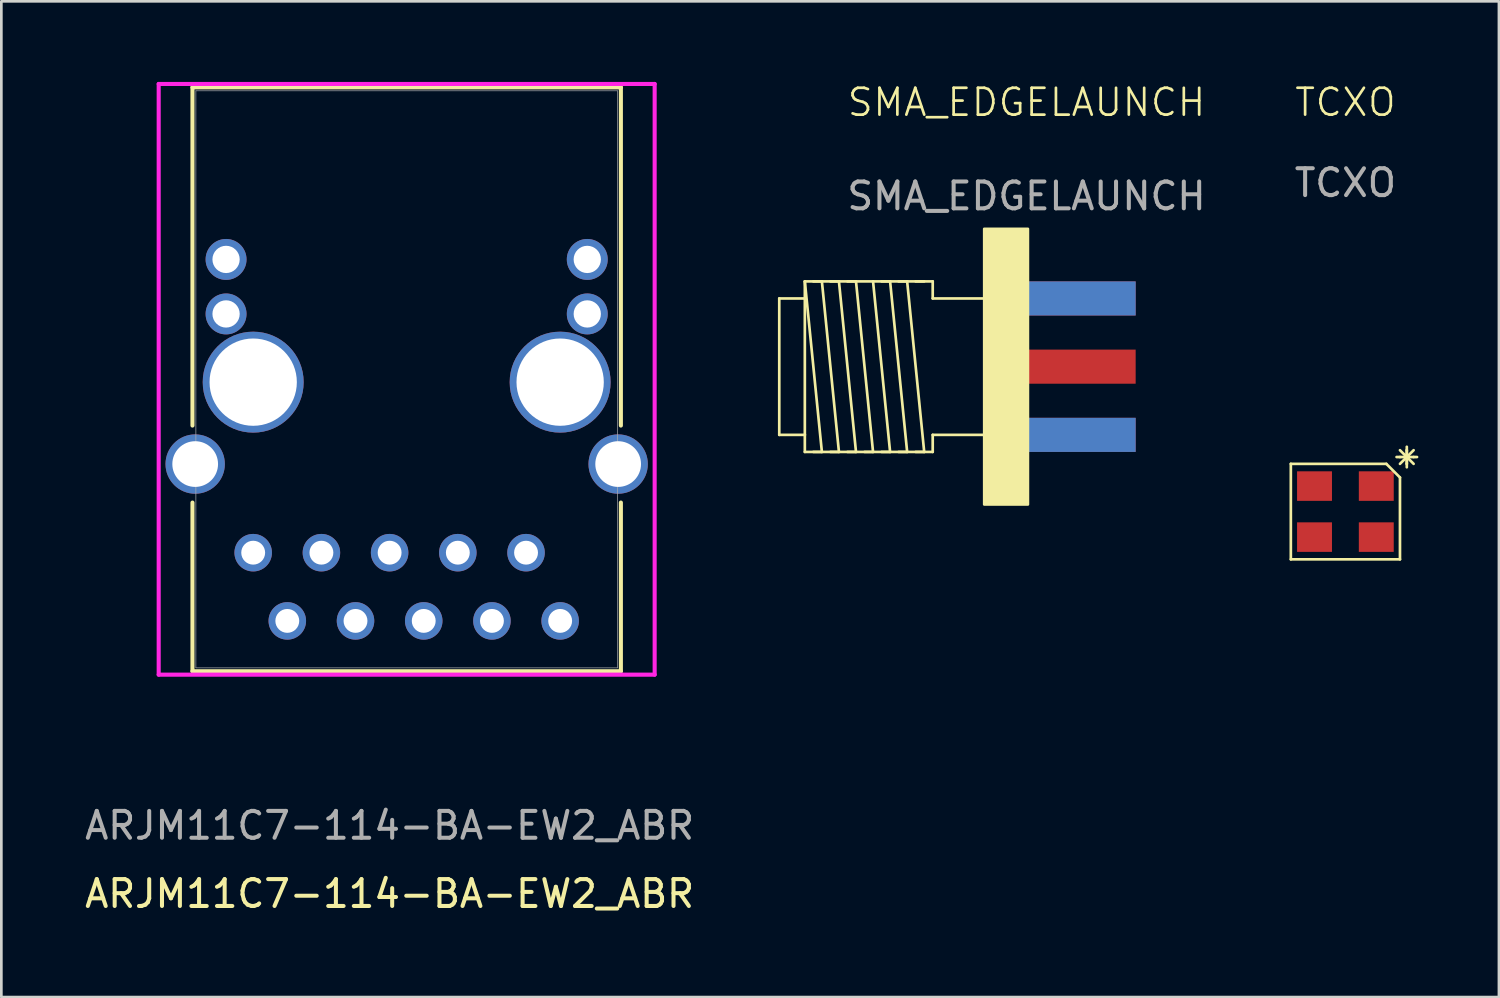
<source format=kicad_pcb>
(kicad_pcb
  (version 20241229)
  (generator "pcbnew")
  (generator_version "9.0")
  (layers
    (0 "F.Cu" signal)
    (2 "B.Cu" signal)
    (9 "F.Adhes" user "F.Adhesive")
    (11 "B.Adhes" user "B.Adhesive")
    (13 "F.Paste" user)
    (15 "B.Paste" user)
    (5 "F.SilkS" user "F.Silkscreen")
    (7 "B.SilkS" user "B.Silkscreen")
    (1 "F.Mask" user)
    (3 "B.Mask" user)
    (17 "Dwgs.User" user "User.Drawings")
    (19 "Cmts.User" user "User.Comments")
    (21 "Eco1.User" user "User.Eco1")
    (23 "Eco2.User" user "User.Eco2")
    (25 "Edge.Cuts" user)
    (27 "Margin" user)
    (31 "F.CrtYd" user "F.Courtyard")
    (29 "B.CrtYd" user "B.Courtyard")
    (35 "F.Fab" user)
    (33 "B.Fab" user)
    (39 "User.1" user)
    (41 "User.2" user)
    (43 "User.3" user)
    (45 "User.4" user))
  (footprint "SMA_EDGELAUNCH"
    (layer "F.Cu")
    (at 35.174 10.603)
    (property "Reference" "SMA_EDGELAUNCH" (at 0 -9.842 0) (unlocked yes) (layer "F.SilkS") (effects (font (size 1 1) (thickness 0.1))))
    (attr smd)
    (fp_line (start -9.207 -2.54) (end -9.207 2.54) (stroke (width 0.1) (type solid)) (layer "F.SilkS"))
    (fp_line (start -8.255 -2.54) (end -9.207 -2.54) (stroke (width 0.1) (type solid)) (layer "F.SilkS"))
    (fp_line (start -8.255 -2.54) (end -8.255 -3.175) (stroke (width 0.1) (type solid)) (layer "F.SilkS"))
    (fp_line (start -8.255 2.54) (end -9.207 2.54) (stroke (width 0.1) (type solid)) (layer "F.SilkS"))
    (fp_line (start -8.255 2.54) (end -8.255 -2.54) (stroke (width 0.1) (type solid)) (layer "F.SilkS"))
    (fp_line (start -8.255 2.54) (end -8.255 3.175) (stroke (width 0.1) (type solid)) (layer "F.SilkS"))
    (fp_line (start -8.255 3.175) (end -3.493 3.175) (stroke (width 0.1) (type solid)) (layer "F.SilkS"))
    (fp_line (start -7.938 -3.175) (end -7.62 -3.175) (stroke (width 0.1) (type solid)) (layer "F.SilkS"))
    (fp_line (start -7.938 3.175) (end -7.62 3.175) (stroke (width 0.1) (type solid)) (layer "F.SilkS"))
    (fp_line (start -7.62 3.175) (end -8.255 -3.175) (stroke (width 0.1) (type solid)) (layer "F.SilkS"))
    (fp_line (start -7.303 -3.175) (end -6.985 -3.175) (stroke (width 0.1) (type solid)) (layer "F.SilkS"))
    (fp_line (start -7.303 3.175) (end -6.985 3.175) (stroke (width 0.1) (type solid)) (layer "F.SilkS"))
    (fp_line (start -6.985 3.175) (end -7.62 -3.175) (stroke (width 0.1) (type solid)) (layer "F.SilkS"))
    (fp_line (start -6.668 -3.175) (end -6.35 -3.175) (stroke (width 0.1) (type solid)) (layer "F.SilkS"))
    (fp_line (start -6.668 3.175) (end -6.35 3.175) (stroke (width 0.1) (type solid)) (layer "F.SilkS"))
    (fp_line (start -6.35 3.175) (end -6.985 -3.175) (stroke (width 0.1) (type solid)) (layer "F.SilkS"))
    (fp_line (start -6.032 3.175) (end -5.715 3.175) (stroke (width 0.1) (type solid)) (layer "F.SilkS"))
    (fp_line (start -5.715 3.175) (end -6.35 -3.175) (stroke (width 0.1) (type solid)) (layer "F.SilkS"))
    (fp_line (start -5.397 -3.175) (end -5.08 -3.175) (stroke (width 0.1) (type solid)) (layer "F.SilkS"))
    (fp_line (start -5.397 3.175) (end -5.08 3.175) (stroke (width 0.1) (type solid)) (layer "F.SilkS"))
    (fp_line (start -5.08 3.175) (end -5.715 -3.175) (stroke (width 0.1) (type solid)) (layer "F.SilkS"))
    (fp_line (start -4.763 -3.175) (end -4.445 -3.175) (stroke (width 0.1) (type solid)) (layer "F.SilkS"))
    (fp_line (start -4.763 3.175) (end -4.445 3.175) (stroke (width 0.1) (type solid)) (layer "F.SilkS"))
    (fp_line (start -4.445 3.175) (end -5.08 -3.175) (stroke (width 0.1) (type solid)) (layer "F.SilkS"))
    (fp_line (start -4.128 -3.175) (end -3.81 -3.175) (stroke (width 0.1) (type solid)) (layer "F.SilkS"))
    (fp_line (start -4.128 3.175) (end -3.81 3.175) (stroke (width 0.1) (type solid)) (layer "F.SilkS"))
    (fp_line (start -3.81 3.175) (end -4.445 -3.175) (stroke (width 0.1) (type solid)) (layer "F.SilkS"))
    (fp_line (start -3.493 -3.175) (end -8.255 -3.175) (stroke (width 0.1) (type solid)) (layer "F.SilkS"))
    (fp_line (start -3.493 -2.54) (end -3.493 -3.175) (stroke (width 0.1) (type solid)) (layer "F.SilkS"))
    (fp_line (start -3.493 2.54) (end -3.493 3.175) (stroke (width 0.1) (type solid)) (layer "F.SilkS"))
    (fp_line (start -1.587 -2.54) (end -3.493 -2.54) (stroke (width 0.1) (type solid)) (layer "F.SilkS"))
    (fp_line (start -1.587 2.54) (end -3.493 2.54) (stroke (width 0.1) (type solid)) (layer "F.SilkS"))
    (fp_rect (start -1.575 -5.131) (end 0.051 5.131) (stroke (width 0.1) (type solid)) (fill yes) (layer "F.SilkS"))
    (fp_text user "${REFERENCE}" (at 0 -6.35 0) (unlocked yes) (layer "F.Fab") (effects (font (size 1 1) (thickness 0.15))))
    (pad "1" smd rect (at 2.032 0 90) (size 1.27 4.064) (layers "F.Cu" "F.Mask" "F.Paste"))
    (pad "2" smd rect (at 2.032 2.54 90) (size 1.27 4.064) (layers "F.Cu" "F.Mask" "F.Paste"))
    (pad "3" smd rect (at 2.032 -2.54 90) (size 1.27 4.064) (layers "F.Cu" "F.Mask" "F.Paste"))
    (pad "4" smd rect (at 2.032 -2.54 270) (size 1.27 4.064) (layers "B.Cu" "B.Mask" "B.Paste"))
    (pad "5" smd rect (at 2.032 2.54 270) (size 1.27 4.064) (layers "B.Cu" "B.Mask" "B.Paste")))
  (footprint "TCXO"
    (layer "F.Cu")
    (at 47.048 16)
    (property "Reference" "TCXO" (at 0 -15.24 0) (unlocked yes) (layer "F.SilkS") (effects (font (size 1 1) (thickness 0.1))))
    (attr smd)
    (fp_line (start -2.032 -1.778) (end -2.032 1.778) (stroke (width 0.1) (type default)) (layer "F.SilkS"))
    (fp_line (start -2.032 1.778) (end 2.032 1.778) (stroke (width 0.1) (type default)) (layer "F.SilkS"))
    (fp_line (start 1.524 -1.778) (end -2.032 -1.778) (stroke (width 0.1) (type default)) (layer "F.SilkS"))
    (fp_line (start 2.032 -2.286) (end 2.54 -1.778) (stroke (width 0.1) (type default)) (layer "F.SilkS"))
    (fp_line (start 2.032 -2.032) (end 1.905 -2.032) (stroke (width 0.1) (type default)) (layer "F.SilkS"))
    (fp_line (start 2.032 -2.032) (end 2.286 -2.032) (stroke (width 0.1) (type default)) (layer "F.SilkS"))
    (fp_line (start 2.032 -1.27) (end 1.524 -1.778) (stroke (width 0.1) (type default)) (layer "F.SilkS"))
    (fp_line (start 2.032 1.778) (end 2.032 -1.27) (stroke (width 0.1) (type default)) (layer "F.SilkS"))
    (fp_line (start 2.286 -2.286) (end 2.286 -2.413) (stroke (width 0.1) (type default)) (layer "F.SilkS"))
    (fp_line (start 2.286 -2.286) (end 2.286 -1.778) (stroke (width 0.1) (type default)) (layer "F.SilkS"))
    (fp_line (start 2.286 -1.778) (end 2.286 -2.286) (stroke (width 0.1) (type default)) (layer "F.SilkS"))
    (fp_line (start 2.286 -1.651) (end 2.286 -1.778) (stroke (width 0.1) (type default)) (layer "F.SilkS"))
    (fp_line (start 2.54 -2.286) (end 2.032 -1.778) (stroke (width 0.1) (type default)) (layer "F.SilkS"))
    (fp_line (start 2.54 -2.032) (end 2.286 -2.032) (stroke (width 0.1) (type default)) (layer "F.SilkS"))
    (fp_line (start 2.54 -2.032) (end 2.667 -2.032) (stroke (width 0.1) (type default)) (layer "F.SilkS"))
    (fp_text user "${REFERENCE}" (at 0 -12.24 0) (unlocked yes) (layer "F.Fab") (effects (font (size 1 1) (thickness 0.15))))
    (pad "1" smd rect (at 1.15 -0.95 270) (size 1.1 1.3) (layers "F.Cu" "F.Mask" "F.Paste"))
    (pad "2" smd rect (at -1.15 -0.95 270) (size 1.1 1.3) (layers "F.Cu" "F.Mask" "F.Paste"))
    (pad "3" smd rect (at -1.15 0.95 270) (size 1.1 1.3) (layers "F.Cu" "F.Mask" "F.Paste"))
    (pad "4" smd rect (at 1.15 0.95 270) (size 1.1 1.3) (layers "F.Cu" "F.Mask" "F.Paste")))
  (footprint "ARJM11C7-114-BA-EW2_ABR"
    (layer "F.Cu")
    (at 6.378 17.53)
    (property "Reference" "ARJM11C7-114-BA-EW2_ABR" (at 5.08 12.7 0) (unlocked yes) (layer "F.SilkS") (effects (font (size 1 1) (thickness 0.15))))
    (attr through_hole)
    (fp_line (start -2.261 -17.327) (end -2.261 -4.734) (stroke (width 0.152) (type solid)) (layer "F.SilkS"))
    (fp_line (start -2.261 -1.866) (end -2.261 4.415) (stroke (width 0.152) (type solid)) (layer "F.SilkS"))
    (fp_line (start -2.261 4.415) (end 13.691 4.415) (stroke (width 0.152) (type solid)) (layer "F.SilkS"))
    (fp_line (start 13.691 -17.327) (end -2.261 -17.327) (stroke (width 0.152) (type solid)) (layer "F.SilkS"))
    (fp_line (start 13.691 -4.734) (end 13.691 -17.327) (stroke (width 0.152) (type solid)) (layer "F.SilkS"))
    (fp_line (start 13.691 4.415) (end 13.691 -1.866) (stroke (width 0.152) (type solid)) (layer "F.SilkS"))
    (fp_line (start -3.519 -17.454) (end -3.519 4.542) (stroke (width 0.152) (type solid)) (layer "F.CrtYd"))
    (fp_line (start -3.519 4.542) (end 14.949 4.542) (stroke (width 0.152) (type solid)) (layer "F.CrtYd"))
    (fp_line (start 14.949 -17.454) (end -3.519 -17.454) (stroke (width 0.152) (type solid)) (layer "F.CrtYd"))
    (fp_line (start 14.949 4.542) (end 14.949 -17.454) (stroke (width 0.152) (type solid)) (layer "F.CrtYd"))
    (fp_line (start -2.134 -17.2) (end -2.134 4.288) (stroke (width 0.025) (type solid)) (layer "F.Fab"))
    (fp_line (start -2.134 4.288) (end 13.564 4.288) (stroke (width 0.025) (type solid)) (layer "F.Fab"))
    (fp_line (start 13.564 -17.2) (end -2.134 -17.2) (stroke (width 0.025) (type solid)) (layer "F.Fab"))
    (fp_line (start 13.564 4.288) (end 13.564 -17.2) (stroke (width 0.025) (type solid)) (layer "F.Fab"))
    (fp_text user "${REFERENCE}" (at 5.08 10.16 0) (unlocked yes) (layer "F.Fab") (effects (font (size 1 1) (thickness 0.15))))
    (pad "" np_thru_hole circle (at 0 -6.35) (size 3.759 3.759) (drill 3.251) (layers "*.Cu" "*.Mask"))
    (pad "" np_thru_hole circle (at 11.43 -6.35) (size 3.759 3.759) (drill 3.251) (layers "*.Cu" "*.Mask"))
    (pad "1" thru_hole circle (at 0 0) (size 1.397 1.397) (drill 0.889) (layers "*.Cu" "*.Mask"))
    (pad "2" thru_hole circle (at 1.27 2.54) (size 1.397 1.397) (drill 0.889) (layers "*.Cu" "*.Mask"))
    (pad "3" thru_hole circle (at 2.54 0) (size 1.397 1.397) (drill 0.889) (layers "*.Cu" "*.Mask"))
    (pad "4" thru_hole circle (at 3.81 2.54) (size 1.397 1.397) (drill 0.889) (layers "*.Cu" "*.Mask"))
    (pad "5" thru_hole circle (at 5.08 0) (size 1.397 1.397) (drill 0.889) (layers "*.Cu" "*.Mask"))
    (pad "6" thru_hole circle (at 6.35 2.54) (size 1.397 1.397) (drill 0.889) (layers "*.Cu" "*.Mask"))
    (pad "7" thru_hole circle (at 7.62 0) (size 1.397 1.397) (drill 0.889) (layers "*.Cu" "*.Mask"))
    (pad "8" thru_hole circle (at 8.89 2.54) (size 1.397 1.397) (drill 0.889) (layers "*.Cu" "*.Mask"))
    (pad "9" thru_hole circle (at 10.16 0) (size 1.397 1.397) (drill 0.889) (layers "*.Cu" "*.Mask"))
    (pad "10" thru_hole circle (at 11.43 2.54) (size 1.397 1.397) (drill 0.889) (layers "*.Cu" "*.Mask"))
    (pad "11" thru_hole circle (at -1.01 -8.89) (size 1.524 1.524) (drill 1.016) (layers "*.Cu" "*.Mask"))
    (pad "12" thru_hole circle (at -1.01 -10.92) (size 1.524 1.524) (drill 1.016) (layers "*.Cu" "*.Mask"))
    (pad "13" thru_hole circle (at 12.44 -8.89) (size 1.524 1.524) (drill 1.016) (layers "*.Cu" "*.Mask"))
    (pad "14" thru_hole circle (at 12.44 -10.92) (size 1.524 1.524) (drill 1.016) (layers "*.Cu" "*.Mask"))
    (pad "15" thru_hole circle (at -2.16 -3.3) (size 2.21 2.21) (drill 1.702) (layers "*.Cu" "*.Mask"))
    (pad "16" thru_hole circle (at 13.59 -3.3) (size 2.21 2.21) (drill 1.702) (layers "*.Cu" "*.Mask")))
  (gr_rect
    (start -3 -3)
    (end 52.765 34.078)
    (stroke (width 0.1) (type default))
    (fill no)
    (layer "Edge.Cuts")))
</source>
